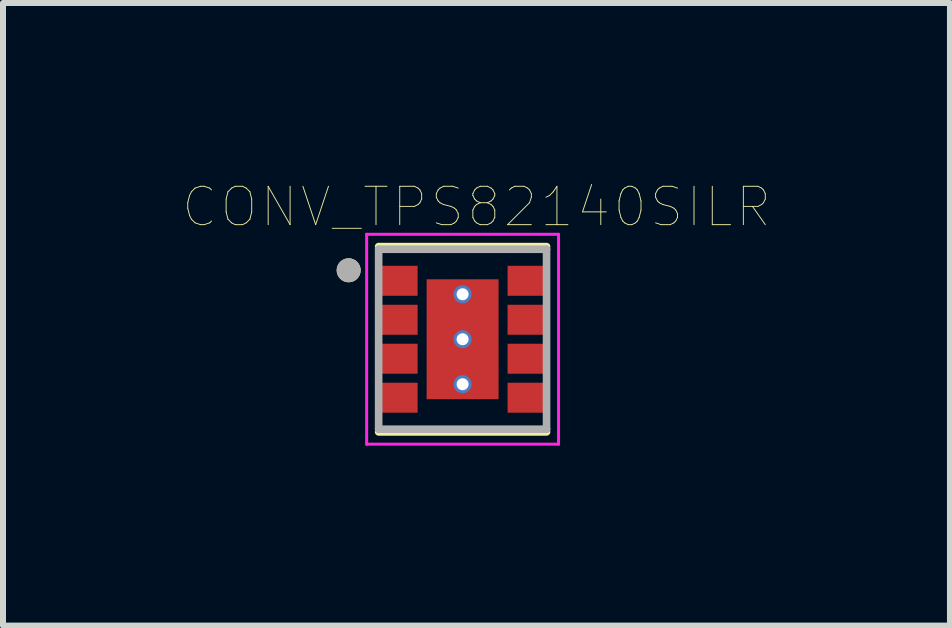
<source format=kicad_pcb>
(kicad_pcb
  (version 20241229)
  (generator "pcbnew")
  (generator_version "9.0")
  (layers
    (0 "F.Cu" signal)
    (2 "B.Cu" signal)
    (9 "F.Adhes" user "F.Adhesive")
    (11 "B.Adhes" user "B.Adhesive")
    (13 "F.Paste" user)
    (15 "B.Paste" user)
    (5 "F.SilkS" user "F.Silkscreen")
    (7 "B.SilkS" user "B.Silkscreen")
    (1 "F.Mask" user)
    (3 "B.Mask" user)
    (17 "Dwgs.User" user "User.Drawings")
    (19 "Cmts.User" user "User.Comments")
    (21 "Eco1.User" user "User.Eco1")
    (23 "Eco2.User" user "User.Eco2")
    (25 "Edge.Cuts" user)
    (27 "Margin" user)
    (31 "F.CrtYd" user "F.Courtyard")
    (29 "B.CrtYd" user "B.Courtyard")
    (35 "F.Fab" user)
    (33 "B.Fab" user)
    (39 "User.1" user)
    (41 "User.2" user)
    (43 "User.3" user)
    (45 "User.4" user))
  (footprint "CONV_TPS82140SILR"
    (layer "F.Cu")
    (at 4.664 2.607)
    (property "Reference" "CONV_TPS82140SILR" (at 0.232 -2.206 0) (layer "F.SilkS") (effects (font (size 0.64 0.64) (thickness 0.015))))
    (attr through_hole)
    (fp_poly (pts (xy -0.55 -0.95) (xy 0.55 -0.95) (xy 0.55 0.95) (xy -0.55 0.95)) (stroke (width 0.01) (type solid)) (fill yes) (layer "F.Mask"))
    (fp_poly (pts (xy -0.85 -0.775) (xy -1.25 -0.775) (xy -1.253 -0.775) (xy -1.255 -0.775) (xy -1.258 -0.776) (xy -1.26 -0.776) (xy -1.263 -0.777) (xy -1.265 -0.777) (xy -1.268 -0.778) (xy -1.27 -0.779) (xy -1.273 -0.78) (xy -1.275 -0.782) (xy -1.277 -0.783) (xy -1.279 -0.785) (xy -1.281 -0.786) (xy -1.283 -0.788) (xy -1.285 -0.79) (xy -1.287 -0.792) (xy -1.289 -0.794) (xy -1.29 -0.796) (xy -1.292 -0.798) (xy -1.293 -0.8) (xy -1.295 -0.802) (xy -1.296 -0.805) (xy -1.297 -0.807) (xy -1.298 -0.81) (xy -1.298 -0.812) (xy -1.299 -0.815) (xy -1.299 -0.817) (xy -1.3 -0.82) (xy -1.3 -0.822) (xy -1.3 -0.825) (xy -1.3 -1.125) (xy -1.3 -1.128) (xy -1.3 -1.13) (xy -1.299 -1.133) (xy -1.299 -1.135) (xy -1.298 -1.138) (xy -1.298 -1.14) (xy -1.297 -1.143) (xy -1.296 -1.145) (xy -1.295 -1.148) (xy -1.293 -1.15) (xy -1.292 -1.152) (xy -1.29 -1.154) (xy -1.289 -1.156) (xy -1.287 -1.158) (xy -1.285 -1.16) (xy -1.283 -1.162) (xy -1.281 -1.164) (xy -1.279 -1.165) (xy -1.277 -1.167) (xy -1.275 -1.168) (xy -1.273 -1.17) (xy -1.27 -1.171) (xy -1.268 -1.172) (xy -1.265 -1.173) (xy -1.263 -1.173) (xy -1.26 -1.174) (xy -1.258 -1.174) (xy -1.255 -1.175) (xy -1.253 -1.175) (xy -1.25 -1.175) (xy -0.85 -1.175) (xy -0.847 -1.175) (xy -0.845 -1.175) (xy -0.842 -1.174) (xy -0.84 -1.174) (xy -0.837 -1.173) (xy -0.835 -1.173) (xy -0.832 -1.172) (xy -0.83 -1.171) (xy -0.827 -1.17) (xy -0.825 -1.168) (xy -0.823 -1.167) (xy -0.821 -1.165) (xy -0.819 -1.164) (xy -0.817 -1.162) (xy -0.815 -1.16) (xy -0.813 -1.158) (xy -0.811 -1.156) (xy -0.81 -1.154) (xy -0.808 -1.152) (xy -0.807 -1.15) (xy -0.805 -1.148) (xy -0.804 -1.145) (xy -0.803 -1.143) (xy -0.802 -1.14) (xy -0.802 -1.138) (xy -0.801 -1.135) (xy -0.801 -1.133) (xy -0.8 -1.13) (xy -0.8 -1.128) (xy -0.8 -1.125) (xy -0.8 -0.825) (xy -0.8 -0.822) (xy -0.8 -0.82) (xy -0.801 -0.817) (xy -0.801 -0.815) (xy -0.802 -0.812) (xy -0.802 -0.81) (xy -0.803 -0.807) (xy -0.804 -0.805) (xy -0.805 -0.802) (xy -0.807 -0.8) (xy -0.808 -0.798) (xy -0.81 -0.796) (xy -0.811 -0.794) (xy -0.813 -0.792) (xy -0.815 -0.79) (xy -0.817 -0.788) (xy -0.819 -0.786) (xy -0.821 -0.785) (xy -0.823 -0.783) (xy -0.825 -0.782) (xy -0.827 -0.78) (xy -0.83 -0.779) (xy -0.832 -0.778) (xy -0.835 -0.777) (xy -0.837 -0.777) (xy -0.84 -0.776) (xy -0.842 -0.776) (xy -0.845 -0.775) (xy -0.847 -0.775) (xy -0.85 -0.775)) (stroke (width 0.01) (type solid)) (fill yes) (layer "F.Mask"))
    (fp_poly (pts (xy -0.85 -0.125) (xy -1.25 -0.125) (xy -1.253 -0.125) (xy -1.255 -0.125) (xy -1.258 -0.126) (xy -1.26 -0.126) (xy -1.263 -0.127) (xy -1.265 -0.127) (xy -1.268 -0.128) (xy -1.27 -0.129) (xy -1.273 -0.13) (xy -1.275 -0.132) (xy -1.277 -0.133) (xy -1.279 -0.135) (xy -1.281 -0.136) (xy -1.283 -0.138) (xy -1.285 -0.14) (xy -1.287 -0.142) (xy -1.289 -0.144) (xy -1.29 -0.146) (xy -1.292 -0.148) (xy -1.293 -0.15) (xy -1.295 -0.152) (xy -1.296 -0.155) (xy -1.297 -0.157) (xy -1.298 -0.16) (xy -1.298 -0.162) (xy -1.299 -0.165) (xy -1.299 -0.167) (xy -1.3 -0.17) (xy -1.3 -0.172) (xy -1.3 -0.175) (xy -1.3 -0.475) (xy -1.3 -0.478) (xy -1.3 -0.48) (xy -1.299 -0.483) (xy -1.299 -0.485) (xy -1.298 -0.488) (xy -1.298 -0.49) (xy -1.297 -0.493) (xy -1.296 -0.495) (xy -1.295 -0.498) (xy -1.293 -0.5) (xy -1.292 -0.502) (xy -1.29 -0.504) (xy -1.289 -0.506) (xy -1.287 -0.508) (xy -1.285 -0.51) (xy -1.283 -0.512) (xy -1.281 -0.514) (xy -1.279 -0.515) (xy -1.277 -0.517) (xy -1.275 -0.518) (xy -1.273 -0.52) (xy -1.27 -0.521) (xy -1.268 -0.522) (xy -1.265 -0.523) (xy -1.263 -0.523) (xy -1.26 -0.524) (xy -1.258 -0.524) (xy -1.255 -0.525) (xy -1.253 -0.525) (xy -1.25 -0.525) (xy -0.85 -0.525) (xy -0.847 -0.525) (xy -0.845 -0.525) (xy -0.842 -0.524) (xy -0.84 -0.524) (xy -0.837 -0.523) (xy -0.835 -0.523) (xy -0.832 -0.522) (xy -0.83 -0.521) (xy -0.827 -0.52) (xy -0.825 -0.518) (xy -0.823 -0.517) (xy -0.821 -0.515) (xy -0.819 -0.514) (xy -0.817 -0.512) (xy -0.815 -0.51) (xy -0.813 -0.508) (xy -0.811 -0.506) (xy -0.81 -0.504) (xy -0.808 -0.502) (xy -0.807 -0.5) (xy -0.805 -0.498) (xy -0.804 -0.495) (xy -0.803 -0.493) (xy -0.802 -0.49) (xy -0.802 -0.488) (xy -0.801 -0.485) (xy -0.801 -0.483) (xy -0.8 -0.48) (xy -0.8 -0.478) (xy -0.8 -0.475) (xy -0.8 -0.175) (xy -0.8 -0.172) (xy -0.8 -0.17) (xy -0.801 -0.167) (xy -0.801 -0.165) (xy -0.802 -0.162) (xy -0.802 -0.16) (xy -0.803 -0.157) (xy -0.804 -0.155) (xy -0.805 -0.152) (xy -0.807 -0.15) (xy -0.808 -0.148) (xy -0.81 -0.146) (xy -0.811 -0.144) (xy -0.813 -0.142) (xy -0.815 -0.14) (xy -0.817 -0.138) (xy -0.819 -0.136) (xy -0.821 -0.135) (xy -0.823 -0.133) (xy -0.825 -0.132) (xy -0.827 -0.13) (xy -0.83 -0.129) (xy -0.832 -0.128) (xy -0.835 -0.127) (xy -0.837 -0.127) (xy -0.84 -0.126) (xy -0.842 -0.126) (xy -0.845 -0.125) (xy -0.847 -0.125) (xy -0.85 -0.125)) (stroke (width 0.01) (type solid)) (fill yes) (layer "F.Mask"))
    (fp_poly (pts (xy -0.85 0.525) (xy -1.25 0.525) (xy -1.253 0.525) (xy -1.255 0.525) (xy -1.258 0.524) (xy -1.26 0.524) (xy -1.263 0.523) (xy -1.265 0.523) (xy -1.268 0.522) (xy -1.27 0.521) (xy -1.273 0.52) (xy -1.275 0.518) (xy -1.277 0.517) (xy -1.279 0.515) (xy -1.281 0.514) (xy -1.283 0.512) (xy -1.285 0.51) (xy -1.287 0.508) (xy -1.289 0.506) (xy -1.29 0.504) (xy -1.292 0.502) (xy -1.293 0.5) (xy -1.295 0.498) (xy -1.296 0.495) (xy -1.297 0.493) (xy -1.298 0.49) (xy -1.298 0.488) (xy -1.299 0.485) (xy -1.299 0.483) (xy -1.3 0.48) (xy -1.3 0.478) (xy -1.3 0.475) (xy -1.3 0.175) (xy -1.3 0.172) (xy -1.3 0.17) (xy -1.299 0.167) (xy -1.299 0.165) (xy -1.298 0.162) (xy -1.298 0.16) (xy -1.297 0.157) (xy -1.296 0.155) (xy -1.295 0.152) (xy -1.293 0.15) (xy -1.292 0.148) (xy -1.29 0.146) (xy -1.289 0.144) (xy -1.287 0.142) (xy -1.285 0.14) (xy -1.283 0.138) (xy -1.281 0.136) (xy -1.279 0.135) (xy -1.277 0.133) (xy -1.275 0.132) (xy -1.273 0.13) (xy -1.27 0.129) (xy -1.268 0.128) (xy -1.265 0.127) (xy -1.263 0.127) (xy -1.26 0.126) (xy -1.258 0.126) (xy -1.255 0.125) (xy -1.253 0.125) (xy -1.25 0.125) (xy -0.85 0.125) (xy -0.847 0.125) (xy -0.845 0.125) (xy -0.842 0.126) (xy -0.84 0.126) (xy -0.837 0.127) (xy -0.835 0.127) (xy -0.832 0.128) (xy -0.83 0.129) (xy -0.827 0.13) (xy -0.825 0.132) (xy -0.823 0.133) (xy -0.821 0.135) (xy -0.819 0.136) (xy -0.817 0.138) (xy -0.815 0.14) (xy -0.813 0.142) (xy -0.811 0.144) (xy -0.81 0.146) (xy -0.808 0.148) (xy -0.807 0.15) (xy -0.805 0.152) (xy -0.804 0.155) (xy -0.803 0.157) (xy -0.802 0.16) (xy -0.802 0.162) (xy -0.801 0.165) (xy -0.801 0.167) (xy -0.8 0.17) (xy -0.8 0.172) (xy -0.8 0.175) (xy -0.8 0.475) (xy -0.8 0.478) (xy -0.8 0.48) (xy -0.801 0.483) (xy -0.801 0.485) (xy -0.802 0.488) (xy -0.802 0.49) (xy -0.803 0.493) (xy -0.804 0.495) (xy -0.805 0.498) (xy -0.807 0.5) (xy -0.808 0.502) (xy -0.81 0.504) (xy -0.811 0.506) (xy -0.813 0.508) (xy -0.815 0.51) (xy -0.817 0.512) (xy -0.819 0.514) (xy -0.821 0.515) (xy -0.823 0.517) (xy -0.825 0.518) (xy -0.827 0.52) (xy -0.83 0.521) (xy -0.832 0.522) (xy -0.835 0.523) (xy -0.837 0.523) (xy -0.84 0.524) (xy -0.842 0.524) (xy -0.845 0.525) (xy -0.847 0.525) (xy -0.85 0.525)) (stroke (width 0.01) (type solid)) (fill yes) (layer "F.Mask"))
    (fp_poly (pts (xy -0.85 1.175) (xy -1.25 1.175) (xy -1.253 1.175) (xy -1.255 1.175) (xy -1.258 1.174) (xy -1.26 1.174) (xy -1.263 1.173) (xy -1.265 1.173) (xy -1.268 1.172) (xy -1.27 1.171) (xy -1.273 1.17) (xy -1.275 1.168) (xy -1.277 1.167) (xy -1.279 1.165) (xy -1.281 1.164) (xy -1.283 1.162) (xy -1.285 1.16) (xy -1.287 1.158) (xy -1.289 1.156) (xy -1.29 1.154) (xy -1.292 1.152) (xy -1.293 1.15) (xy -1.295 1.148) (xy -1.296 1.145) (xy -1.297 1.143) (xy -1.298 1.14) (xy -1.298 1.138) (xy -1.299 1.135) (xy -1.299 1.133) (xy -1.3 1.13) (xy -1.3 1.128) (xy -1.3 1.125) (xy -1.3 0.825) (xy -1.3 0.822) (xy -1.3 0.82) (xy -1.299 0.817) (xy -1.299 0.815) (xy -1.298 0.812) (xy -1.298 0.81) (xy -1.297 0.807) (xy -1.296 0.805) (xy -1.295 0.802) (xy -1.293 0.8) (xy -1.292 0.798) (xy -1.29 0.796) (xy -1.289 0.794) (xy -1.287 0.792) (xy -1.285 0.79) (xy -1.283 0.788) (xy -1.281 0.786) (xy -1.279 0.785) (xy -1.277 0.783) (xy -1.275 0.782) (xy -1.273 0.78) (xy -1.27 0.779) (xy -1.268 0.778) (xy -1.265 0.777) (xy -1.263 0.777) (xy -1.26 0.776) (xy -1.258 0.776) (xy -1.255 0.775) (xy -1.253 0.775) (xy -1.25 0.775) (xy -0.85 0.775) (xy -0.847 0.775) (xy -0.845 0.775) (xy -0.842 0.776) (xy -0.84 0.776) (xy -0.837 0.777) (xy -0.835 0.777) (xy -0.832 0.778) (xy -0.83 0.779) (xy -0.827 0.78) (xy -0.825 0.782) (xy -0.823 0.783) (xy -0.821 0.785) (xy -0.819 0.786) (xy -0.817 0.788) (xy -0.815 0.79) (xy -0.813 0.792) (xy -0.811 0.794) (xy -0.81 0.796) (xy -0.808 0.798) (xy -0.807 0.8) (xy -0.805 0.802) (xy -0.804 0.805) (xy -0.803 0.807) (xy -0.802 0.81) (xy -0.802 0.812) (xy -0.801 0.815) (xy -0.801 0.817) (xy -0.8 0.82) (xy -0.8 0.822) (xy -0.8 0.825) (xy -0.8 1.125) (xy -0.8 1.128) (xy -0.8 1.13) (xy -0.801 1.133) (xy -0.801 1.135) (xy -0.802 1.138) (xy -0.802 1.14) (xy -0.803 1.143) (xy -0.804 1.145) (xy -0.805 1.148) (xy -0.807 1.15) (xy -0.808 1.152) (xy -0.81 1.154) (xy -0.811 1.156) (xy -0.813 1.158) (xy -0.815 1.16) (xy -0.817 1.162) (xy -0.819 1.164) (xy -0.821 1.165) (xy -0.823 1.167) (xy -0.825 1.168) (xy -0.827 1.17) (xy -0.83 1.171) (xy -0.832 1.172) (xy -0.835 1.173) (xy -0.837 1.173) (xy -0.84 1.174) (xy -0.842 1.174) (xy -0.845 1.175) (xy -0.847 1.175) (xy -0.85 1.175)) (stroke (width 0.01) (type solid)) (fill yes) (layer "F.Mask"))
    (fp_poly (pts (xy 1.25 -0.775) (xy 0.85 -0.775) (xy 0.847 -0.775) (xy 0.845 -0.775) (xy 0.842 -0.776) (xy 0.84 -0.776) (xy 0.837 -0.777) (xy 0.835 -0.777) (xy 0.832 -0.778) (xy 0.83 -0.779) (xy 0.827 -0.78) (xy 0.825 -0.782) (xy 0.823 -0.783) (xy 0.821 -0.785) (xy 0.819 -0.786) (xy 0.817 -0.788) (xy 0.815 -0.79) (xy 0.813 -0.792) (xy 0.811 -0.794) (xy 0.81 -0.796) (xy 0.808 -0.798) (xy 0.807 -0.8) (xy 0.805 -0.802) (xy 0.804 -0.805) (xy 0.803 -0.807) (xy 0.802 -0.81) (xy 0.802 -0.812) (xy 0.801 -0.815) (xy 0.801 -0.817) (xy 0.8 -0.82) (xy 0.8 -0.822) (xy 0.8 -0.825) (xy 0.8 -1.125) (xy 0.8 -1.128) (xy 0.8 -1.13) (xy 0.801 -1.133) (xy 0.801 -1.135) (xy 0.802 -1.138) (xy 0.802 -1.14) (xy 0.803 -1.143) (xy 0.804 -1.145) (xy 0.805 -1.148) (xy 0.807 -1.15) (xy 0.808 -1.152) (xy 0.81 -1.154) (xy 0.811 -1.156) (xy 0.813 -1.158) (xy 0.815 -1.16) (xy 0.817 -1.162) (xy 0.819 -1.164) (xy 0.821 -1.165) (xy 0.823 -1.167) (xy 0.825 -1.168) (xy 0.827 -1.17) (xy 0.83 -1.171) (xy 0.832 -1.172) (xy 0.835 -1.173) (xy 0.837 -1.173) (xy 0.84 -1.174) (xy 0.842 -1.174) (xy 0.845 -1.175) (xy 0.847 -1.175) (xy 0.85 -1.175) (xy 1.25 -1.175) (xy 1.253 -1.175) (xy 1.255 -1.175) (xy 1.258 -1.174) (xy 1.26 -1.174) (xy 1.263 -1.173) (xy 1.265 -1.173) (xy 1.268 -1.172) (xy 1.27 -1.171) (xy 1.273 -1.17) (xy 1.275 -1.168) (xy 1.277 -1.167) (xy 1.279 -1.165) (xy 1.281 -1.164) (xy 1.283 -1.162) (xy 1.285 -1.16) (xy 1.287 -1.158) (xy 1.289 -1.156) (xy 1.29 -1.154) (xy 1.292 -1.152) (xy 1.293 -1.15) (xy 1.295 -1.148) (xy 1.296 -1.145) (xy 1.297 -1.143) (xy 1.298 -1.14) (xy 1.298 -1.138) (xy 1.299 -1.135) (xy 1.299 -1.133) (xy 1.3 -1.13) (xy 1.3 -1.128) (xy 1.3 -1.125) (xy 1.3 -0.825) (xy 1.3 -0.822) (xy 1.3 -0.82) (xy 1.299 -0.817) (xy 1.299 -0.815) (xy 1.298 -0.812) (xy 1.298 -0.81) (xy 1.297 -0.807) (xy 1.296 -0.805) (xy 1.295 -0.802) (xy 1.293 -0.8) (xy 1.292 -0.798) (xy 1.29 -0.796) (xy 1.289 -0.794) (xy 1.287 -0.792) (xy 1.285 -0.79) (xy 1.283 -0.788) (xy 1.281 -0.786) (xy 1.279 -0.785) (xy 1.277 -0.783) (xy 1.275 -0.782) (xy 1.273 -0.78) (xy 1.27 -0.779) (xy 1.268 -0.778) (xy 1.265 -0.777) (xy 1.263 -0.777) (xy 1.26 -0.776) (xy 1.258 -0.776) (xy 1.255 -0.775) (xy 1.253 -0.775) (xy 1.25 -0.775)) (stroke (width 0.01) (type solid)) (fill yes) (layer "F.Mask"))
    (fp_poly (pts (xy 1.25 -0.125) (xy 0.85 -0.125) (xy 0.847 -0.125) (xy 0.845 -0.125) (xy 0.842 -0.126) (xy 0.84 -0.126) (xy 0.837 -0.127) (xy 0.835 -0.127) (xy 0.832 -0.128) (xy 0.83 -0.129) (xy 0.827 -0.13) (xy 0.825 -0.132) (xy 0.823 -0.133) (xy 0.821 -0.135) (xy 0.819 -0.136) (xy 0.817 -0.138) (xy 0.815 -0.14) (xy 0.813 -0.142) (xy 0.811 -0.144) (xy 0.81 -0.146) (xy 0.808 -0.148) (xy 0.807 -0.15) (xy 0.805 -0.152) (xy 0.804 -0.155) (xy 0.803 -0.157) (xy 0.802 -0.16) (xy 0.802 -0.162) (xy 0.801 -0.165) (xy 0.801 -0.167) (xy 0.8 -0.17) (xy 0.8 -0.172) (xy 0.8 -0.175) (xy 0.8 -0.475) (xy 0.8 -0.478) (xy 0.8 -0.48) (xy 0.801 -0.483) (xy 0.801 -0.485) (xy 0.802 -0.488) (xy 0.802 -0.49) (xy 0.803 -0.493) (xy 0.804 -0.495) (xy 0.805 -0.498) (xy 0.807 -0.5) (xy 0.808 -0.502) (xy 0.81 -0.504) (xy 0.811 -0.506) (xy 0.813 -0.508) (xy 0.815 -0.51) (xy 0.817 -0.512) (xy 0.819 -0.514) (xy 0.821 -0.515) (xy 0.823 -0.517) (xy 0.825 -0.518) (xy 0.827 -0.52) (xy 0.83 -0.521) (xy 0.832 -0.522) (xy 0.835 -0.523) (xy 0.837 -0.523) (xy 0.84 -0.524) (xy 0.842 -0.524) (xy 0.845 -0.525) (xy 0.847 -0.525) (xy 0.85 -0.525) (xy 1.25 -0.525) (xy 1.253 -0.525) (xy 1.255 -0.525) (xy 1.258 -0.524) (xy 1.26 -0.524) (xy 1.263 -0.523) (xy 1.265 -0.523) (xy 1.268 -0.522) (xy 1.27 -0.521) (xy 1.273 -0.52) (xy 1.275 -0.518) (xy 1.277 -0.517) (xy 1.279 -0.515) (xy 1.281 -0.514) (xy 1.283 -0.512) (xy 1.285 -0.51) (xy 1.287 -0.508) (xy 1.289 -0.506) (xy 1.29 -0.504) (xy 1.292 -0.502) (xy 1.293 -0.5) (xy 1.295 -0.498) (xy 1.296 -0.495) (xy 1.297 -0.493) (xy 1.298 -0.49) (xy 1.298 -0.488) (xy 1.299 -0.485) (xy 1.299 -0.483) (xy 1.3 -0.48) (xy 1.3 -0.478) (xy 1.3 -0.475) (xy 1.3 -0.175) (xy 1.3 -0.172) (xy 1.3 -0.17) (xy 1.299 -0.167) (xy 1.299 -0.165) (xy 1.298 -0.162) (xy 1.298 -0.16) (xy 1.297 -0.157) (xy 1.296 -0.155) (xy 1.295 -0.152) (xy 1.293 -0.15) (xy 1.292 -0.148) (xy 1.29 -0.146) (xy 1.289 -0.144) (xy 1.287 -0.142) (xy 1.285 -0.14) (xy 1.283 -0.138) (xy 1.281 -0.136) (xy 1.279 -0.135) (xy 1.277 -0.133) (xy 1.275 -0.132) (xy 1.273 -0.13) (xy 1.27 -0.129) (xy 1.268 -0.128) (xy 1.265 -0.127) (xy 1.263 -0.127) (xy 1.26 -0.126) (xy 1.258 -0.126) (xy 1.255 -0.125) (xy 1.253 -0.125) (xy 1.25 -0.125)) (stroke (width 0.01) (type solid)) (fill yes) (layer "F.Mask"))
    (fp_poly (pts (xy 1.25 0.525) (xy 0.85 0.525) (xy 0.847 0.525) (xy 0.845 0.525) (xy 0.842 0.524) (xy 0.84 0.524) (xy 0.837 0.523) (xy 0.835 0.523) (xy 0.832 0.522) (xy 0.83 0.521) (xy 0.827 0.52) (xy 0.825 0.518) (xy 0.823 0.517) (xy 0.821 0.515) (xy 0.819 0.514) (xy 0.817 0.512) (xy 0.815 0.51) (xy 0.813 0.508) (xy 0.811 0.506) (xy 0.81 0.504) (xy 0.808 0.502) (xy 0.807 0.5) (xy 0.805 0.498) (xy 0.804 0.495) (xy 0.803 0.493) (xy 0.802 0.49) (xy 0.802 0.488) (xy 0.801 0.485) (xy 0.801 0.483) (xy 0.8 0.48) (xy 0.8 0.478) (xy 0.8 0.475) (xy 0.8 0.175) (xy 0.8 0.172) (xy 0.8 0.17) (xy 0.801 0.167) (xy 0.801 0.165) (xy 0.802 0.162) (xy 0.802 0.16) (xy 0.803 0.157) (xy 0.804 0.155) (xy 0.805 0.152) (xy 0.807 0.15) (xy 0.808 0.148) (xy 0.81 0.146) (xy 0.811 0.144) (xy 0.813 0.142) (xy 0.815 0.14) (xy 0.817 0.138) (xy 0.819 0.136) (xy 0.821 0.135) (xy 0.823 0.133) (xy 0.825 0.132) (xy 0.827 0.13) (xy 0.83 0.129) (xy 0.832 0.128) (xy 0.835 0.127) (xy 0.837 0.127) (xy 0.84 0.126) (xy 0.842 0.126) (xy 0.845 0.125) (xy 0.847 0.125) (xy 0.85 0.125) (xy 1.25 0.125) (xy 1.253 0.125) (xy 1.255 0.125) (xy 1.258 0.126) (xy 1.26 0.126) (xy 1.263 0.127) (xy 1.265 0.127) (xy 1.268 0.128) (xy 1.27 0.129) (xy 1.273 0.13) (xy 1.275 0.132) (xy 1.277 0.133) (xy 1.279 0.135) (xy 1.281 0.136) (xy 1.283 0.138) (xy 1.285 0.14) (xy 1.287 0.142) (xy 1.289 0.144) (xy 1.29 0.146) (xy 1.292 0.148) (xy 1.293 0.15) (xy 1.295 0.152) (xy 1.296 0.155) (xy 1.297 0.157) (xy 1.298 0.16) (xy 1.298 0.162) (xy 1.299 0.165) (xy 1.299 0.167) (xy 1.3 0.17) (xy 1.3 0.172) (xy 1.3 0.175) (xy 1.3 0.475) (xy 1.3 0.478) (xy 1.3 0.48) (xy 1.299 0.483) (xy 1.299 0.485) (xy 1.298 0.488) (xy 1.298 0.49) (xy 1.297 0.493) (xy 1.296 0.495) (xy 1.295 0.498) (xy 1.293 0.5) (xy 1.292 0.502) (xy 1.29 0.504) (xy 1.289 0.506) (xy 1.287 0.508) (xy 1.285 0.51) (xy 1.283 0.512) (xy 1.281 0.514) (xy 1.279 0.515) (xy 1.277 0.517) (xy 1.275 0.518) (xy 1.273 0.52) (xy 1.27 0.521) (xy 1.268 0.522) (xy 1.265 0.523) (xy 1.263 0.523) (xy 1.26 0.524) (xy 1.258 0.524) (xy 1.255 0.525) (xy 1.253 0.525) (xy 1.25 0.525)) (stroke (width 0.01) (type solid)) (fill yes) (layer "F.Mask"))
    (fp_poly (pts (xy 1.25 1.175) (xy 0.85 1.175) (xy 0.847 1.175) (xy 0.845 1.175) (xy 0.842 1.174) (xy 0.84 1.174) (xy 0.837 1.173) (xy 0.835 1.173) (xy 0.832 1.172) (xy 0.83 1.171) (xy 0.827 1.17) (xy 0.825 1.168) (xy 0.823 1.167) (xy 0.821 1.165) (xy 0.819 1.164) (xy 0.817 1.162) (xy 0.815 1.16) (xy 0.813 1.158) (xy 0.811 1.156) (xy 0.81 1.154) (xy 0.808 1.152) (xy 0.807 1.15) (xy 0.805 1.148) (xy 0.804 1.145) (xy 0.803 1.143) (xy 0.802 1.14) (xy 0.802 1.138) (xy 0.801 1.135) (xy 0.801 1.133) (xy 0.8 1.13) (xy 0.8 1.128) (xy 0.8 1.125) (xy 0.8 0.825) (xy 0.8 0.822) (xy 0.8 0.82) (xy 0.801 0.817) (xy 0.801 0.815) (xy 0.802 0.812) (xy 0.802 0.81) (xy 0.803 0.807) (xy 0.804 0.805) (xy 0.805 0.802) (xy 0.807 0.8) (xy 0.808 0.798) (xy 0.81 0.796) (xy 0.811 0.794) (xy 0.813 0.792) (xy 0.815 0.79) (xy 0.817 0.788) (xy 0.819 0.786) (xy 0.821 0.785) (xy 0.823 0.783) (xy 0.825 0.782) (xy 0.827 0.78) (xy 0.83 0.779) (xy 0.832 0.778) (xy 0.835 0.777) (xy 0.837 0.777) (xy 0.84 0.776) (xy 0.842 0.776) (xy 0.845 0.775) (xy 0.847 0.775) (xy 0.85 0.775) (xy 1.25 0.775) (xy 1.253 0.775) (xy 1.255 0.775) (xy 1.258 0.776) (xy 1.26 0.776) (xy 1.263 0.777) (xy 1.265 0.777) (xy 1.268 0.778) (xy 1.27 0.779) (xy 1.273 0.78) (xy 1.275 0.782) (xy 1.277 0.783) (xy 1.279 0.785) (xy 1.281 0.786) (xy 1.283 0.788) (xy 1.285 0.79) (xy 1.287 0.792) (xy 1.289 0.794) (xy 1.29 0.796) (xy 1.292 0.798) (xy 1.293 0.8) (xy 1.295 0.802) (xy 1.296 0.805) (xy 1.297 0.807) (xy 1.298 0.81) (xy 1.298 0.812) (xy 1.299 0.815) (xy 1.299 0.817) (xy 1.3 0.82) (xy 1.3 0.822) (xy 1.3 0.825) (xy 1.3 1.125) (xy 1.3 1.128) (xy 1.3 1.13) (xy 1.299 1.133) (xy 1.299 1.135) (xy 1.298 1.138) (xy 1.298 1.14) (xy 1.297 1.143) (xy 1.296 1.145) (xy 1.295 1.148) (xy 1.293 1.15) (xy 1.292 1.152) (xy 1.29 1.154) (xy 1.289 1.156) (xy 1.287 1.158) (xy 1.285 1.16) (xy 1.283 1.162) (xy 1.281 1.164) (xy 1.279 1.165) (xy 1.277 1.167) (xy 1.275 1.168) (xy 1.273 1.17) (xy 1.27 1.171) (xy 1.268 1.172) (xy 1.265 1.173) (xy 1.263 1.173) (xy 1.26 1.174) (xy 1.258 1.174) (xy 1.255 1.175) (xy 1.253 1.175) (xy 1.25 1.175)) (stroke (width 0.01) (type solid)) (fill yes) (layer "F.Mask"))
    (fp_line (start -1.4 1.545) (end 1.4 1.545) (stroke (width 0.127) (type solid)) (layer "F.SilkS"))
    (fp_line (start 1.4 -1.545) (end -1.4 -1.545) (stroke (width 0.127) (type solid)) (layer "F.SilkS"))
    (fp_circle (center -1.9 -1.15) (end -1.8 -1.15) (stroke (width 0.2) (type solid)) (fill no) (layer "F.SilkS"))
    (fp_poly (pts (xy -0.52 -0.95) (xy 0.52 -0.95) (xy 0.52 -0.1) (xy -0.52 -0.1)) (stroke (width 0.01) (type solid)) (fill yes) (layer "F.Paste"))
    (fp_poly (pts (xy -0.52 0.1) (xy 0.52 0.1) (xy 0.52 0.95) (xy -0.52 0.95)) (stroke (width 0.01) (type solid)) (fill yes) (layer "F.Paste"))
    (fp_poly (pts (xy -0.85 -0.775) (xy -1.25 -0.775) (xy -1.253 -0.775) (xy -1.255 -0.775) (xy -1.258 -0.776) (xy -1.26 -0.776) (xy -1.263 -0.777) (xy -1.265 -0.777) (xy -1.268 -0.778) (xy -1.27 -0.779) (xy -1.273 -0.78) (xy -1.275 -0.782) (xy -1.277 -0.783) (xy -1.279 -0.785) (xy -1.281 -0.786) (xy -1.283 -0.788) (xy -1.285 -0.79) (xy -1.287 -0.792) (xy -1.289 -0.794) (xy -1.29 -0.796) (xy -1.292 -0.798) (xy -1.293 -0.8) (xy -1.295 -0.802) (xy -1.296 -0.805) (xy -1.297 -0.807) (xy -1.298 -0.81) (xy -1.298 -0.812) (xy -1.299 -0.815) (xy -1.299 -0.817) (xy -1.3 -0.82) (xy -1.3 -0.822) (xy -1.3 -0.825) (xy -1.3 -1.125) (xy -1.3 -1.128) (xy -1.3 -1.13) (xy -1.299 -1.133) (xy -1.299 -1.135) (xy -1.298 -1.138) (xy -1.298 -1.14) (xy -1.297 -1.143) (xy -1.296 -1.145) (xy -1.295 -1.148) (xy -1.293 -1.15) (xy -1.292 -1.152) (xy -1.29 -1.154) (xy -1.289 -1.156) (xy -1.287 -1.158) (xy -1.285 -1.16) (xy -1.283 -1.162) (xy -1.281 -1.164) (xy -1.279 -1.165) (xy -1.277 -1.167) (xy -1.275 -1.168) (xy -1.273 -1.17) (xy -1.27 -1.171) (xy -1.268 -1.172) (xy -1.265 -1.173) (xy -1.263 -1.173) (xy -1.26 -1.174) (xy -1.258 -1.174) (xy -1.255 -1.175) (xy -1.253 -1.175) (xy -1.25 -1.175) (xy -0.85 -1.175) (xy -0.847 -1.175) (xy -0.845 -1.175) (xy -0.842 -1.174) (xy -0.84 -1.174) (xy -0.837 -1.173) (xy -0.835 -1.173) (xy -0.832 -1.172) (xy -0.83 -1.171) (xy -0.827 -1.17) (xy -0.825 -1.168) (xy -0.823 -1.167) (xy -0.821 -1.165) (xy -0.819 -1.164) (xy -0.817 -1.162) (xy -0.815 -1.16) (xy -0.813 -1.158) (xy -0.811 -1.156) (xy -0.81 -1.154) (xy -0.808 -1.152) (xy -0.807 -1.15) (xy -0.805 -1.148) (xy -0.804 -1.145) (xy -0.803 -1.143) (xy -0.802 -1.14) (xy -0.802 -1.138) (xy -0.801 -1.135) (xy -0.801 -1.133) (xy -0.8 -1.13) (xy -0.8 -1.128) (xy -0.8 -1.125) (xy -0.8 -0.825) (xy -0.8 -0.822) (xy -0.8 -0.82) (xy -0.801 -0.817) (xy -0.801 -0.815) (xy -0.802 -0.812) (xy -0.802 -0.81) (xy -0.803 -0.807) (xy -0.804 -0.805) (xy -0.805 -0.802) (xy -0.807 -0.8) (xy -0.808 -0.798) (xy -0.81 -0.796) (xy -0.811 -0.794) (xy -0.813 -0.792) (xy -0.815 -0.79) (xy -0.817 -0.788) (xy -0.819 -0.786) (xy -0.821 -0.785) (xy -0.823 -0.783) (xy -0.825 -0.782) (xy -0.827 -0.78) (xy -0.83 -0.779) (xy -0.832 -0.778) (xy -0.835 -0.777) (xy -0.837 -0.777) (xy -0.84 -0.776) (xy -0.842 -0.776) (xy -0.845 -0.775) (xy -0.847 -0.775) (xy -0.85 -0.775)) (stroke (width 0.01) (type solid)) (fill yes) (layer "F.Paste"))
    (fp_poly (pts (xy -0.85 -0.125) (xy -1.25 -0.125) (xy -1.253 -0.125) (xy -1.255 -0.125) (xy -1.258 -0.126) (xy -1.26 -0.126) (xy -1.263 -0.127) (xy -1.265 -0.127) (xy -1.268 -0.128) (xy -1.27 -0.129) (xy -1.273 -0.13) (xy -1.275 -0.132) (xy -1.277 -0.133) (xy -1.279 -0.135) (xy -1.281 -0.136) (xy -1.283 -0.138) (xy -1.285 -0.14) (xy -1.287 -0.142) (xy -1.289 -0.144) (xy -1.29 -0.146) (xy -1.292 -0.148) (xy -1.293 -0.15) (xy -1.295 -0.152) (xy -1.296 -0.155) (xy -1.297 -0.157) (xy -1.298 -0.16) (xy -1.298 -0.162) (xy -1.299 -0.165) (xy -1.299 -0.167) (xy -1.3 -0.17) (xy -1.3 -0.172) (xy -1.3 -0.175) (xy -1.3 -0.475) (xy -1.3 -0.478) (xy -1.3 -0.48) (xy -1.299 -0.483) (xy -1.299 -0.485) (xy -1.298 -0.488) (xy -1.298 -0.49) (xy -1.297 -0.493) (xy -1.296 -0.495) (xy -1.295 -0.498) (xy -1.293 -0.5) (xy -1.292 -0.502) (xy -1.29 -0.504) (xy -1.289 -0.506) (xy -1.287 -0.508) (xy -1.285 -0.51) (xy -1.283 -0.512) (xy -1.281 -0.514) (xy -1.279 -0.515) (xy -1.277 -0.517) (xy -1.275 -0.518) (xy -1.273 -0.52) (xy -1.27 -0.521) (xy -1.268 -0.522) (xy -1.265 -0.523) (xy -1.263 -0.523) (xy -1.26 -0.524) (xy -1.258 -0.524) (xy -1.255 -0.525) (xy -1.253 -0.525) (xy -1.25 -0.525) (xy -0.85 -0.525) (xy -0.847 -0.525) (xy -0.845 -0.525) (xy -0.842 -0.524) (xy -0.84 -0.524) (xy -0.837 -0.523) (xy -0.835 -0.523) (xy -0.832 -0.522) (xy -0.83 -0.521) (xy -0.827 -0.52) (xy -0.825 -0.518) (xy -0.823 -0.517) (xy -0.821 -0.515) (xy -0.819 -0.514) (xy -0.817 -0.512) (xy -0.815 -0.51) (xy -0.813 -0.508) (xy -0.811 -0.506) (xy -0.81 -0.504) (xy -0.808 -0.502) (xy -0.807 -0.5) (xy -0.805 -0.498) (xy -0.804 -0.495) (xy -0.803 -0.493) (xy -0.802 -0.49) (xy -0.802 -0.488) (xy -0.801 -0.485) (xy -0.801 -0.483) (xy -0.8 -0.48) (xy -0.8 -0.478) (xy -0.8 -0.475) (xy -0.8 -0.175) (xy -0.8 -0.172) (xy -0.8 -0.17) (xy -0.801 -0.167) (xy -0.801 -0.165) (xy -0.802 -0.162) (xy -0.802 -0.16) (xy -0.803 -0.157) (xy -0.804 -0.155) (xy -0.805 -0.152) (xy -0.807 -0.15) (xy -0.808 -0.148) (xy -0.81 -0.146) (xy -0.811 -0.144) (xy -0.813 -0.142) (xy -0.815 -0.14) (xy -0.817 -0.138) (xy -0.819 -0.136) (xy -0.821 -0.135) (xy -0.823 -0.133) (xy -0.825 -0.132) (xy -0.827 -0.13) (xy -0.83 -0.129) (xy -0.832 -0.128) (xy -0.835 -0.127) (xy -0.837 -0.127) (xy -0.84 -0.126) (xy -0.842 -0.126) (xy -0.845 -0.125) (xy -0.847 -0.125) (xy -0.85 -0.125)) (stroke (width 0.01) (type solid)) (fill yes) (layer "F.Paste"))
    (fp_poly (pts (xy -0.85 0.525) (xy -1.25 0.525) (xy -1.253 0.525) (xy -1.255 0.525) (xy -1.258 0.524) (xy -1.26 0.524) (xy -1.263 0.523) (xy -1.265 0.523) (xy -1.268 0.522) (xy -1.27 0.521) (xy -1.273 0.52) (xy -1.275 0.518) (xy -1.277 0.517) (xy -1.279 0.515) (xy -1.281 0.514) (xy -1.283 0.512) (xy -1.285 0.51) (xy -1.287 0.508) (xy -1.289 0.506) (xy -1.29 0.504) (xy -1.292 0.502) (xy -1.293 0.5) (xy -1.295 0.498) (xy -1.296 0.495) (xy -1.297 0.493) (xy -1.298 0.49) (xy -1.298 0.488) (xy -1.299 0.485) (xy -1.299 0.483) (xy -1.3 0.48) (xy -1.3 0.478) (xy -1.3 0.475) (xy -1.3 0.175) (xy -1.3 0.172) (xy -1.3 0.17) (xy -1.299 0.167) (xy -1.299 0.165) (xy -1.298 0.162) (xy -1.298 0.16) (xy -1.297 0.157) (xy -1.296 0.155) (xy -1.295 0.152) (xy -1.293 0.15) (xy -1.292 0.148) (xy -1.29 0.146) (xy -1.289 0.144) (xy -1.287 0.142) (xy -1.285 0.14) (xy -1.283 0.138) (xy -1.281 0.136) (xy -1.279 0.135) (xy -1.277 0.133) (xy -1.275 0.132) (xy -1.273 0.13) (xy -1.27 0.129) (xy -1.268 0.128) (xy -1.265 0.127) (xy -1.263 0.127) (xy -1.26 0.126) (xy -1.258 0.126) (xy -1.255 0.125) (xy -1.253 0.125) (xy -1.25 0.125) (xy -0.85 0.125) (xy -0.847 0.125) (xy -0.845 0.125) (xy -0.842 0.126) (xy -0.84 0.126) (xy -0.837 0.127) (xy -0.835 0.127) (xy -0.832 0.128) (xy -0.83 0.129) (xy -0.827 0.13) (xy -0.825 0.132) (xy -0.823 0.133) (xy -0.821 0.135) (xy -0.819 0.136) (xy -0.817 0.138) (xy -0.815 0.14) (xy -0.813 0.142) (xy -0.811 0.144) (xy -0.81 0.146) (xy -0.808 0.148) (xy -0.807 0.15) (xy -0.805 0.152) (xy -0.804 0.155) (xy -0.803 0.157) (xy -0.802 0.16) (xy -0.802 0.162) (xy -0.801 0.165) (xy -0.801 0.167) (xy -0.8 0.17) (xy -0.8 0.172) (xy -0.8 0.175) (xy -0.8 0.475) (xy -0.8 0.478) (xy -0.8 0.48) (xy -0.801 0.483) (xy -0.801 0.485) (xy -0.802 0.488) (xy -0.802 0.49) (xy -0.803 0.493) (xy -0.804 0.495) (xy -0.805 0.498) (xy -0.807 0.5) (xy -0.808 0.502) (xy -0.81 0.504) (xy -0.811 0.506) (xy -0.813 0.508) (xy -0.815 0.51) (xy -0.817 0.512) (xy -0.819 0.514) (xy -0.821 0.515) (xy -0.823 0.517) (xy -0.825 0.518) (xy -0.827 0.52) (xy -0.83 0.521) (xy -0.832 0.522) (xy -0.835 0.523) (xy -0.837 0.523) (xy -0.84 0.524) (xy -0.842 0.524) (xy -0.845 0.525) (xy -0.847 0.525) (xy -0.85 0.525)) (stroke (width 0.01) (type solid)) (fill yes) (layer "F.Paste"))
    (fp_poly (pts (xy -0.85 1.175) (xy -1.25 1.175) (xy -1.253 1.175) (xy -1.255 1.175) (xy -1.258 1.174) (xy -1.26 1.174) (xy -1.263 1.173) (xy -1.265 1.173) (xy -1.268 1.172) (xy -1.27 1.171) (xy -1.273 1.17) (xy -1.275 1.168) (xy -1.277 1.167) (xy -1.279 1.165) (xy -1.281 1.164) (xy -1.283 1.162) (xy -1.285 1.16) (xy -1.287 1.158) (xy -1.289 1.156) (xy -1.29 1.154) (xy -1.292 1.152) (xy -1.293 1.15) (xy -1.295 1.148) (xy -1.296 1.145) (xy -1.297 1.143) (xy -1.298 1.14) (xy -1.298 1.138) (xy -1.299 1.135) (xy -1.299 1.133) (xy -1.3 1.13) (xy -1.3 1.128) (xy -1.3 1.125) (xy -1.3 0.825) (xy -1.3 0.822) (xy -1.3 0.82) (xy -1.299 0.817) (xy -1.299 0.815) (xy -1.298 0.812) (xy -1.298 0.81) (xy -1.297 0.807) (xy -1.296 0.805) (xy -1.295 0.802) (xy -1.293 0.8) (xy -1.292 0.798) (xy -1.29 0.796) (xy -1.289 0.794) (xy -1.287 0.792) (xy -1.285 0.79) (xy -1.283 0.788) (xy -1.281 0.786) (xy -1.279 0.785) (xy -1.277 0.783) (xy -1.275 0.782) (xy -1.273 0.78) (xy -1.27 0.779) (xy -1.268 0.778) (xy -1.265 0.777) (xy -1.263 0.777) (xy -1.26 0.776) (xy -1.258 0.776) (xy -1.255 0.775) (xy -1.253 0.775) (xy -1.25 0.775) (xy -0.85 0.775) (xy -0.847 0.775) (xy -0.845 0.775) (xy -0.842 0.776) (xy -0.84 0.776) (xy -0.837 0.777) (xy -0.835 0.777) (xy -0.832 0.778) (xy -0.83 0.779) (xy -0.827 0.78) (xy -0.825 0.782) (xy -0.823 0.783) (xy -0.821 0.785) (xy -0.819 0.786) (xy -0.817 0.788) (xy -0.815 0.79) (xy -0.813 0.792) (xy -0.811 0.794) (xy -0.81 0.796) (xy -0.808 0.798) (xy -0.807 0.8) (xy -0.805 0.802) (xy -0.804 0.805) (xy -0.803 0.807) (xy -0.802 0.81) (xy -0.802 0.812) (xy -0.801 0.815) (xy -0.801 0.817) (xy -0.8 0.82) (xy -0.8 0.822) (xy -0.8 0.825) (xy -0.8 1.125) (xy -0.8 1.128) (xy -0.8 1.13) (xy -0.801 1.133) (xy -0.801 1.135) (xy -0.802 1.138) (xy -0.802 1.14) (xy -0.803 1.143) (xy -0.804 1.145) (xy -0.805 1.148) (xy -0.807 1.15) (xy -0.808 1.152) (xy -0.81 1.154) (xy -0.811 1.156) (xy -0.813 1.158) (xy -0.815 1.16) (xy -0.817 1.162) (xy -0.819 1.164) (xy -0.821 1.165) (xy -0.823 1.167) (xy -0.825 1.168) (xy -0.827 1.17) (xy -0.83 1.171) (xy -0.832 1.172) (xy -0.835 1.173) (xy -0.837 1.173) (xy -0.84 1.174) (xy -0.842 1.174) (xy -0.845 1.175) (xy -0.847 1.175) (xy -0.85 1.175)) (stroke (width 0.01) (type solid)) (fill yes) (layer "F.Paste"))
    (fp_poly (pts (xy 1.25 -0.775) (xy 0.85 -0.775) (xy 0.847 -0.775) (xy 0.845 -0.775) (xy 0.842 -0.776) (xy 0.84 -0.776) (xy 0.837 -0.777) (xy 0.835 -0.777) (xy 0.832 -0.778) (xy 0.83 -0.779) (xy 0.827 -0.78) (xy 0.825 -0.782) (xy 0.823 -0.783) (xy 0.821 -0.785) (xy 0.819 -0.786) (xy 0.817 -0.788) (xy 0.815 -0.79) (xy 0.813 -0.792) (xy 0.811 -0.794) (xy 0.81 -0.796) (xy 0.808 -0.798) (xy 0.807 -0.8) (xy 0.805 -0.802) (xy 0.804 -0.805) (xy 0.803 -0.807) (xy 0.802 -0.81) (xy 0.802 -0.812) (xy 0.801 -0.815) (xy 0.801 -0.817) (xy 0.8 -0.82) (xy 0.8 -0.822) (xy 0.8 -0.825) (xy 0.8 -1.125) (xy 0.8 -1.128) (xy 0.8 -1.13) (xy 0.801 -1.133) (xy 0.801 -1.135) (xy 0.802 -1.138) (xy 0.802 -1.14) (xy 0.803 -1.143) (xy 0.804 -1.145) (xy 0.805 -1.148) (xy 0.807 -1.15) (xy 0.808 -1.152) (xy 0.81 -1.154) (xy 0.811 -1.156) (xy 0.813 -1.158) (xy 0.815 -1.16) (xy 0.817 -1.162) (xy 0.819 -1.164) (xy 0.821 -1.165) (xy 0.823 -1.167) (xy 0.825 -1.168) (xy 0.827 -1.17) (xy 0.83 -1.171) (xy 0.832 -1.172) (xy 0.835 -1.173) (xy 0.837 -1.173) (xy 0.84 -1.174) (xy 0.842 -1.174) (xy 0.845 -1.175) (xy 0.847 -1.175) (xy 0.85 -1.175) (xy 1.25 -1.175) (xy 1.253 -1.175) (xy 1.255 -1.175) (xy 1.258 -1.174) (xy 1.26 -1.174) (xy 1.263 -1.173) (xy 1.265 -1.173) (xy 1.268 -1.172) (xy 1.27 -1.171) (xy 1.273 -1.17) (xy 1.275 -1.168) (xy 1.277 -1.167) (xy 1.279 -1.165) (xy 1.281 -1.164) (xy 1.283 -1.162) (xy 1.285 -1.16) (xy 1.287 -1.158) (xy 1.289 -1.156) (xy 1.29 -1.154) (xy 1.292 -1.152) (xy 1.293 -1.15) (xy 1.295 -1.148) (xy 1.296 -1.145) (xy 1.297 -1.143) (xy 1.298 -1.14) (xy 1.298 -1.138) (xy 1.299 -1.135) (xy 1.299 -1.133) (xy 1.3 -1.13) (xy 1.3 -1.128) (xy 1.3 -1.125) (xy 1.3 -0.825) (xy 1.3 -0.822) (xy 1.3 -0.82) (xy 1.299 -0.817) (xy 1.299 -0.815) (xy 1.298 -0.812) (xy 1.298 -0.81) (xy 1.297 -0.807) (xy 1.296 -0.805) (xy 1.295 -0.802) (xy 1.293 -0.8) (xy 1.292 -0.798) (xy 1.29 -0.796) (xy 1.289 -0.794) (xy 1.287 -0.792) (xy 1.285 -0.79) (xy 1.283 -0.788) (xy 1.281 -0.786) (xy 1.279 -0.785) (xy 1.277 -0.783) (xy 1.275 -0.782) (xy 1.273 -0.78) (xy 1.27 -0.779) (xy 1.268 -0.778) (xy 1.265 -0.777) (xy 1.263 -0.777) (xy 1.26 -0.776) (xy 1.258 -0.776) (xy 1.255 -0.775) (xy 1.253 -0.775) (xy 1.25 -0.775)) (stroke (width 0.01) (type solid)) (fill yes) (layer "F.Paste"))
    (fp_poly (pts (xy 1.25 -0.125) (xy 0.85 -0.125) (xy 0.847 -0.125) (xy 0.845 -0.125) (xy 0.842 -0.126) (xy 0.84 -0.126) (xy 0.837 -0.127) (xy 0.835 -0.127) (xy 0.832 -0.128) (xy 0.83 -0.129) (xy 0.827 -0.13) (xy 0.825 -0.132) (xy 0.823 -0.133) (xy 0.821 -0.135) (xy 0.819 -0.136) (xy 0.817 -0.138) (xy 0.815 -0.14) (xy 0.813 -0.142) (xy 0.811 -0.144) (xy 0.81 -0.146) (xy 0.808 -0.148) (xy 0.807 -0.15) (xy 0.805 -0.152) (xy 0.804 -0.155) (xy 0.803 -0.157) (xy 0.802 -0.16) (xy 0.802 -0.162) (xy 0.801 -0.165) (xy 0.801 -0.167) (xy 0.8 -0.17) (xy 0.8 -0.172) (xy 0.8 -0.175) (xy 0.8 -0.475) (xy 0.8 -0.478) (xy 0.8 -0.48) (xy 0.801 -0.483) (xy 0.801 -0.485) (xy 0.802 -0.488) (xy 0.802 -0.49) (xy 0.803 -0.493) (xy 0.804 -0.495) (xy 0.805 -0.498) (xy 0.807 -0.5) (xy 0.808 -0.502) (xy 0.81 -0.504) (xy 0.811 -0.506) (xy 0.813 -0.508) (xy 0.815 -0.51) (xy 0.817 -0.512) (xy 0.819 -0.514) (xy 0.821 -0.515) (xy 0.823 -0.517) (xy 0.825 -0.518) (xy 0.827 -0.52) (xy 0.83 -0.521) (xy 0.832 -0.522) (xy 0.835 -0.523) (xy 0.837 -0.523) (xy 0.84 -0.524) (xy 0.842 -0.524) (xy 0.845 -0.525) (xy 0.847 -0.525) (xy 0.85 -0.525) (xy 1.25 -0.525) (xy 1.253 -0.525) (xy 1.255 -0.525) (xy 1.258 -0.524) (xy 1.26 -0.524) (xy 1.263 -0.523) (xy 1.265 -0.523) (xy 1.268 -0.522) (xy 1.27 -0.521) (xy 1.273 -0.52) (xy 1.275 -0.518) (xy 1.277 -0.517) (xy 1.279 -0.515) (xy 1.281 -0.514) (xy 1.283 -0.512) (xy 1.285 -0.51) (xy 1.287 -0.508) (xy 1.289 -0.506) (xy 1.29 -0.504) (xy 1.292 -0.502) (xy 1.293 -0.5) (xy 1.295 -0.498) (xy 1.296 -0.495) (xy 1.297 -0.493) (xy 1.298 -0.49) (xy 1.298 -0.488) (xy 1.299 -0.485) (xy 1.299 -0.483) (xy 1.3 -0.48) (xy 1.3 -0.478) (xy 1.3 -0.475) (xy 1.3 -0.175) (xy 1.3 -0.172) (xy 1.3 -0.17) (xy 1.299 -0.167) (xy 1.299 -0.165) (xy 1.298 -0.162) (xy 1.298 -0.16) (xy 1.297 -0.157) (xy 1.296 -0.155) (xy 1.295 -0.152) (xy 1.293 -0.15) (xy 1.292 -0.148) (xy 1.29 -0.146) (xy 1.289 -0.144) (xy 1.287 -0.142) (xy 1.285 -0.14) (xy 1.283 -0.138) (xy 1.281 -0.136) (xy 1.279 -0.135) (xy 1.277 -0.133) (xy 1.275 -0.132) (xy 1.273 -0.13) (xy 1.27 -0.129) (xy 1.268 -0.128) (xy 1.265 -0.127) (xy 1.263 -0.127) (xy 1.26 -0.126) (xy 1.258 -0.126) (xy 1.255 -0.125) (xy 1.253 -0.125) (xy 1.25 -0.125)) (stroke (width 0.01) (type solid)) (fill yes) (layer "F.Paste"))
    (fp_poly (pts (xy 1.25 0.525) (xy 0.85 0.525) (xy 0.847 0.525) (xy 0.845 0.525) (xy 0.842 0.524) (xy 0.84 0.524) (xy 0.837 0.523) (xy 0.835 0.523) (xy 0.832 0.522) (xy 0.83 0.521) (xy 0.827 0.52) (xy 0.825 0.518) (xy 0.823 0.517) (xy 0.821 0.515) (xy 0.819 0.514) (xy 0.817 0.512) (xy 0.815 0.51) (xy 0.813 0.508) (xy 0.811 0.506) (xy 0.81 0.504) (xy 0.808 0.502) (xy 0.807 0.5) (xy 0.805 0.498) (xy 0.804 0.495) (xy 0.803 0.493) (xy 0.802 0.49) (xy 0.802 0.488) (xy 0.801 0.485) (xy 0.801 0.483) (xy 0.8 0.48) (xy 0.8 0.478) (xy 0.8 0.475) (xy 0.8 0.175) (xy 0.8 0.172) (xy 0.8 0.17) (xy 0.801 0.167) (xy 0.801 0.165) (xy 0.802 0.162) (xy 0.802 0.16) (xy 0.803 0.157) (xy 0.804 0.155) (xy 0.805 0.152) (xy 0.807 0.15) (xy 0.808 0.148) (xy 0.81 0.146) (xy 0.811 0.144) (xy 0.813 0.142) (xy 0.815 0.14) (xy 0.817 0.138) (xy 0.819 0.136) (xy 0.821 0.135) (xy 0.823 0.133) (xy 0.825 0.132) (xy 0.827 0.13) (xy 0.83 0.129) (xy 0.832 0.128) (xy 0.835 0.127) (xy 0.837 0.127) (xy 0.84 0.126) (xy 0.842 0.126) (xy 0.845 0.125) (xy 0.847 0.125) (xy 0.85 0.125) (xy 1.25 0.125) (xy 1.253 0.125) (xy 1.255 0.125) (xy 1.258 0.126) (xy 1.26 0.126) (xy 1.263 0.127) (xy 1.265 0.127) (xy 1.268 0.128) (xy 1.27 0.129) (xy 1.273 0.13) (xy 1.275 0.132) (xy 1.277 0.133) (xy 1.279 0.135) (xy 1.281 0.136) (xy 1.283 0.138) (xy 1.285 0.14) (xy 1.287 0.142) (xy 1.289 0.144) (xy 1.29 0.146) (xy 1.292 0.148) (xy 1.293 0.15) (xy 1.295 0.152) (xy 1.296 0.155) (xy 1.297 0.157) (xy 1.298 0.16) (xy 1.298 0.162) (xy 1.299 0.165) (xy 1.299 0.167) (xy 1.3 0.17) (xy 1.3 0.172) (xy 1.3 0.175) (xy 1.3 0.475) (xy 1.3 0.478) (xy 1.3 0.48) (xy 1.299 0.483) (xy 1.299 0.485) (xy 1.298 0.488) (xy 1.298 0.49) (xy 1.297 0.493) (xy 1.296 0.495) (xy 1.295 0.498) (xy 1.293 0.5) (xy 1.292 0.502) (xy 1.29 0.504) (xy 1.289 0.506) (xy 1.287 0.508) (xy 1.285 0.51) (xy 1.283 0.512) (xy 1.281 0.514) (xy 1.279 0.515) (xy 1.277 0.517) (xy 1.275 0.518) (xy 1.273 0.52) (xy 1.27 0.521) (xy 1.268 0.522) (xy 1.265 0.523) (xy 1.263 0.523) (xy 1.26 0.524) (xy 1.258 0.524) (xy 1.255 0.525) (xy 1.253 0.525) (xy 1.25 0.525)) (stroke (width 0.01) (type solid)) (fill yes) (layer "F.Paste"))
    (fp_poly (pts (xy 1.25 1.175) (xy 0.85 1.175) (xy 0.847 1.175) (xy 0.845 1.175) (xy 0.842 1.174) (xy 0.84 1.174) (xy 0.837 1.173) (xy 0.835 1.173) (xy 0.832 1.172) (xy 0.83 1.171) (xy 0.827 1.17) (xy 0.825 1.168) (xy 0.823 1.167) (xy 0.821 1.165) (xy 0.819 1.164) (xy 0.817 1.162) (xy 0.815 1.16) (xy 0.813 1.158) (xy 0.811 1.156) (xy 0.81 1.154) (xy 0.808 1.152) (xy 0.807 1.15) (xy 0.805 1.148) (xy 0.804 1.145) (xy 0.803 1.143) (xy 0.802 1.14) (xy 0.802 1.138) (xy 0.801 1.135) (xy 0.801 1.133) (xy 0.8 1.13) (xy 0.8 1.128) (xy 0.8 1.125) (xy 0.8 0.825) (xy 0.8 0.822) (xy 0.8 0.82) (xy 0.801 0.817) (xy 0.801 0.815) (xy 0.802 0.812) (xy 0.802 0.81) (xy 0.803 0.807) (xy 0.804 0.805) (xy 0.805 0.802) (xy 0.807 0.8) (xy 0.808 0.798) (xy 0.81 0.796) (xy 0.811 0.794) (xy 0.813 0.792) (xy 0.815 0.79) (xy 0.817 0.788) (xy 0.819 0.786) (xy 0.821 0.785) (xy 0.823 0.783) (xy 0.825 0.782) (xy 0.827 0.78) (xy 0.83 0.779) (xy 0.832 0.778) (xy 0.835 0.777) (xy 0.837 0.777) (xy 0.84 0.776) (xy 0.842 0.776) (xy 0.845 0.775) (xy 0.847 0.775) (xy 0.85 0.775) (xy 1.25 0.775) (xy 1.253 0.775) (xy 1.255 0.775) (xy 1.258 0.776) (xy 1.26 0.776) (xy 1.263 0.777) (xy 1.265 0.777) (xy 1.268 0.778) (xy 1.27 0.779) (xy 1.273 0.78) (xy 1.275 0.782) (xy 1.277 0.783) (xy 1.279 0.785) (xy 1.281 0.786) (xy 1.283 0.788) (xy 1.285 0.79) (xy 1.287 0.792) (xy 1.289 0.794) (xy 1.29 0.796) (xy 1.292 0.798) (xy 1.293 0.8) (xy 1.295 0.802) (xy 1.296 0.805) (xy 1.297 0.807) (xy 1.298 0.81) (xy 1.298 0.812) (xy 1.299 0.815) (xy 1.299 0.817) (xy 1.3 0.82) (xy 1.3 0.822) (xy 1.3 0.825) (xy 1.3 1.125) (xy 1.3 1.128) (xy 1.3 1.13) (xy 1.299 1.133) (xy 1.299 1.135) (xy 1.298 1.138) (xy 1.298 1.14) (xy 1.297 1.143) (xy 1.296 1.145) (xy 1.295 1.148) (xy 1.293 1.15) (xy 1.292 1.152) (xy 1.29 1.154) (xy 1.289 1.156) (xy 1.287 1.158) (xy 1.285 1.16) (xy 1.283 1.162) (xy 1.281 1.164) (xy 1.279 1.165) (xy 1.277 1.167) (xy 1.275 1.168) (xy 1.273 1.17) (xy 1.27 1.171) (xy 1.268 1.172) (xy 1.265 1.173) (xy 1.263 1.173) (xy 1.26 1.174) (xy 1.258 1.174) (xy 1.255 1.175) (xy 1.253 1.175) (xy 1.25 1.175)) (stroke (width 0.01) (type solid)) (fill yes) (layer "F.Paste"))
    (fp_line (start -1.6 -1.75) (end -1.6 1.75) (stroke (width 0.05) (type solid)) (layer "F.CrtYd"))
    (fp_line (start -1.6 1.75) (end 1.6 1.75) (stroke (width 0.05) (type solid)) (layer "F.CrtYd"))
    (fp_line (start 1.6 -1.75) (end -1.6 -1.75) (stroke (width 0.05) (type solid)) (layer "F.CrtYd"))
    (fp_line (start 1.6 1.75) (end 1.6 -1.75) (stroke (width 0.05) (type solid)) (layer "F.CrtYd"))
    (fp_line (start -1.4 -1.5) (end -1.4 1.5) (stroke (width 0.127) (type solid)) (layer "F.Fab"))
    (fp_line (start -1.4 1.5) (end 1.4 1.5) (stroke (width 0.127) (type solid)) (layer "F.Fab"))
    (fp_line (start 1.4 -1.5) (end -1.4 -1.5) (stroke (width 0.127) (type solid)) (layer "F.Fab"))
    (fp_line (start 1.4 1.5) (end 1.4 -1.5) (stroke (width 0.127) (type solid)) (layer "F.Fab"))
    (fp_circle (center -1.9 -1.15) (end -1.8 -1.15) (stroke (width 0.2) (type solid)) (fill no) (layer "F.Fab"))
    (pad "1" smd rect (at -1.05 -0.975) (size 0.6 0.5) (layers "F.Cu"))
    (pad "2" smd rect (at -1.05 -0.325) (size 0.6 0.5) (layers "F.Cu"))
    (pad "3" smd rect (at -1.05 0.325) (size 0.6 0.5) (layers "F.Cu"))
    (pad "4" smd rect (at -1.05 0.975) (size 0.6 0.5) (layers "F.Cu"))
    (pad "5" smd rect (at 1.05 0.975) (size 0.6 0.5) (layers "F.Cu"))
    (pad "6" smd rect (at 1.05 0.325) (size 0.6 0.5) (layers "F.Cu"))
    (pad "7" smd rect (at 1.05 -0.325) (size 0.6 0.5) (layers "F.Cu"))
    (pad "8" smd rect (at 1.05 -0.975) (size 0.6 0.5) (layers "F.Cu"))
    (pad "9" smd rect (at 0 0) (size 1.2 2) (layers "F.Cu"))
    (pad "10" thru_hole circle (at 0 -0.75) (size 0.3 0.3) (drill 0.2) (layers "*.Cu"))
    (pad "11" thru_hole circle (at 0 0) (size 0.3 0.3) (drill 0.2) (layers "*.Cu"))
    (pad "12" thru_hole circle (at 0 0.75) (size 0.3 0.3) (drill 0.2) (layers "*.Cu")))
  (gr_rect
    (start -3 -3)
    (end 12.791 7.382)
    (stroke (width 0.1) (type default))
    (fill no)
    (layer "Edge.Cuts")))
</source>
